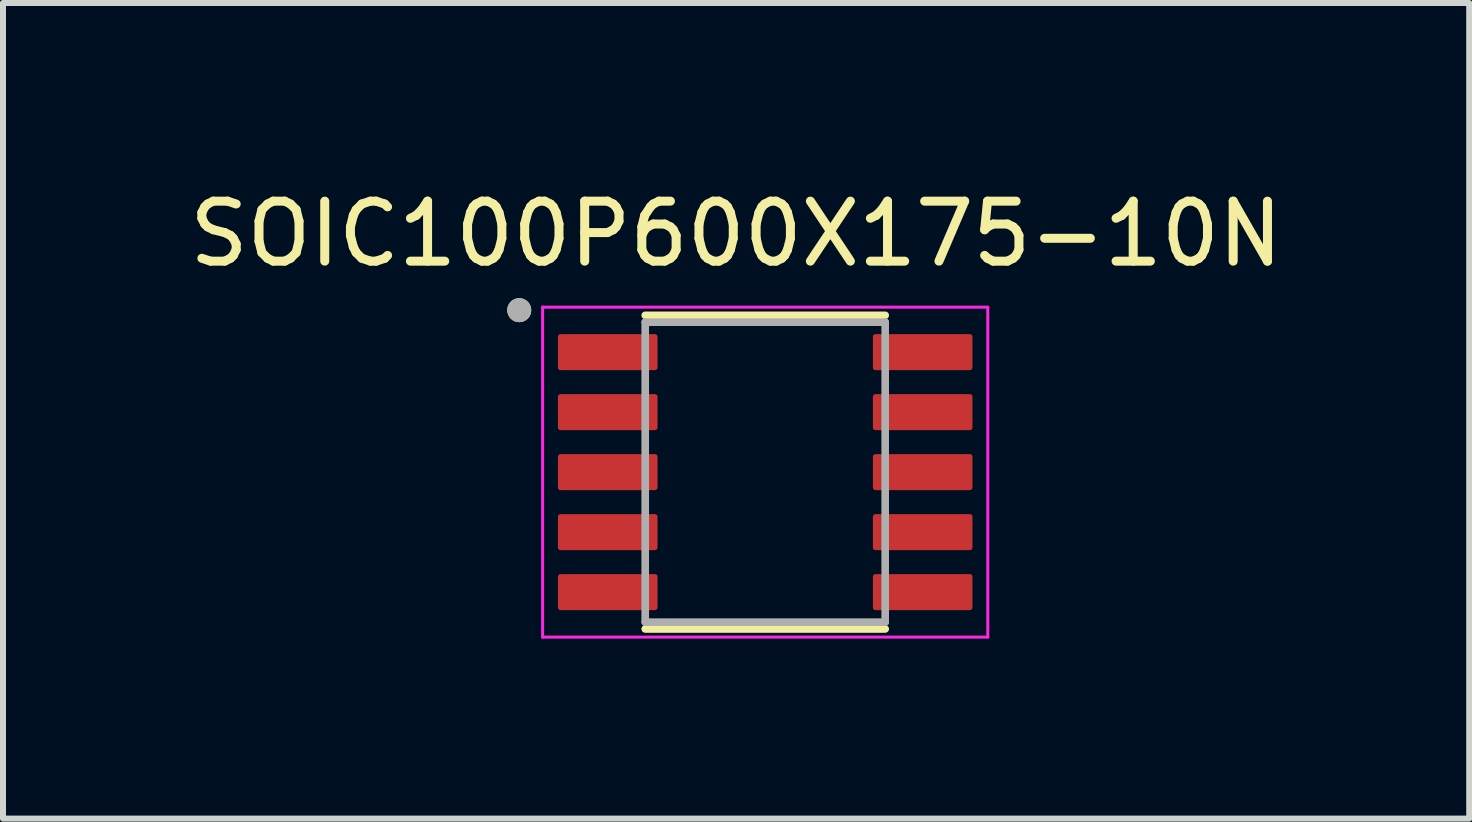
<source format=kicad_pcb>
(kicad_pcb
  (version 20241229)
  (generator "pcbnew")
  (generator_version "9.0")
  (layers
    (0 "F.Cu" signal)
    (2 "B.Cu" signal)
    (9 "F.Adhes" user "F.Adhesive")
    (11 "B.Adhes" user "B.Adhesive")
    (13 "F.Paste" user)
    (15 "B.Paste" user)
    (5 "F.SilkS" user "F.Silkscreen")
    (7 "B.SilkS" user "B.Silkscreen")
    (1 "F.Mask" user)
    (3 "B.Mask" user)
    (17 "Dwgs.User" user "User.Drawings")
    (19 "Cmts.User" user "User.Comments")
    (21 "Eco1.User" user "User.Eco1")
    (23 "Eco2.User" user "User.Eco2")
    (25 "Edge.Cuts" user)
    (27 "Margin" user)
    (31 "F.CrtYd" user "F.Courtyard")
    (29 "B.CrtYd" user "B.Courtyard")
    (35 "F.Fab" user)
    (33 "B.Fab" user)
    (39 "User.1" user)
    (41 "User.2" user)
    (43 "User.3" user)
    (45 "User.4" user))
  (footprint "SOIC100P600X175-10N"
    (layer "F.Cu")
    (at 9.705 4.82)
    (property "Reference" "SOIC100P600X175-10N" (at -0.485 -3.972 0) (layer "F.SilkS") (effects (font (size 1 1) (thickness 0.15))))
    (attr smd)
    (fp_line (start -2 -2.614) (end 2 -2.614) (stroke (width 0.127) (type solid)) (layer "F.SilkS"))
    (fp_line (start -2 2.614) (end 2 2.614) (stroke (width 0.127) (type solid)) (layer "F.SilkS"))
    (fp_circle (center -4.1 -2.7) (end -4 -2.7) (stroke (width 0.2) (type solid)) (fill no) (layer "F.SilkS"))
    (fp_line (start -3.71 -2.75) (end -3.71 2.75) (stroke (width 0.05) (type solid)) (layer "F.CrtYd"))
    (fp_line (start -3.71 -2.75) (end 3.71 -2.75) (stroke (width 0.05) (type solid)) (layer "F.CrtYd"))
    (fp_line (start -3.71 2.75) (end 3.71 2.75) (stroke (width 0.05) (type solid)) (layer "F.CrtYd"))
    (fp_line (start 3.71 -2.75) (end 3.71 2.75) (stroke (width 0.05) (type solid)) (layer "F.CrtYd"))
    (fp_line (start -2 -2.5) (end -2 2.5) (stroke (width 0.127) (type solid)) (layer "F.Fab"))
    (fp_line (start -2 -2.5) (end 2 -2.5) (stroke (width 0.127) (type solid)) (layer "F.Fab"))
    (fp_line (start -2 2.5) (end 2 2.5) (stroke (width 0.127) (type solid)) (layer "F.Fab"))
    (fp_line (start 2 -2.5) (end 2 2.5) (stroke (width 0.127) (type solid)) (layer "F.Fab"))
    (fp_circle (center -4.1 -2.7) (end -4 -2.7) (stroke (width 0.2) (type solid)) (fill no) (layer "F.Fab"))
    (pad "1" smd roundrect (at -2.625 -2) (size 1.66 0.6) (layers "F.Cu" "F.Mask" "F.Paste") (roundrect_rratio 0.07))
    (pad "2" smd roundrect (at -2.625 -1) (size 1.66 0.6) (layers "F.Cu" "F.Mask" "F.Paste") (roundrect_rratio 0.07))
    (pad "3" smd roundrect (at -2.625 0) (size 1.66 0.6) (layers "F.Cu" "F.Mask" "F.Paste") (roundrect_rratio 0.07))
    (pad "4" smd roundrect (at -2.625 1) (size 1.66 0.6) (layers "F.Cu" "F.Mask" "F.Paste") (roundrect_rratio 0.07))
    (pad "5" smd roundrect (at -2.625 2) (size 1.66 0.6) (layers "F.Cu" "F.Mask" "F.Paste") (roundrect_rratio 0.07))
    (pad "6" smd roundrect (at 2.625 2) (size 1.66 0.6) (layers "F.Cu" "F.Mask" "F.Paste") (roundrect_rratio 0.07))
    (pad "7" smd roundrect (at 2.625 1) (size 1.66 0.6) (layers "F.Cu" "F.Mask" "F.Paste") (roundrect_rratio 0.07))
    (pad "8" smd roundrect (at 2.625 0) (size 1.66 0.6) (layers "F.Cu" "F.Mask" "F.Paste") (roundrect_rratio 0.07))
    (pad "9" smd roundrect (at 2.625 -1) (size 1.66 0.6) (layers "F.Cu" "F.Mask" "F.Paste") (roundrect_rratio 0.07))
    (pad "10" smd roundrect (at 2.625 -2) (size 1.66 0.6) (layers "F.Cu" "F.Mask" "F.Paste") (roundrect_rratio 0.07)))
  (gr_rect
    (start -3 -3)
    (end 21.44 10.595)
    (stroke (width 0.1) (type default))
    (fill no)
    (layer "Edge.Cuts")))
</source>
